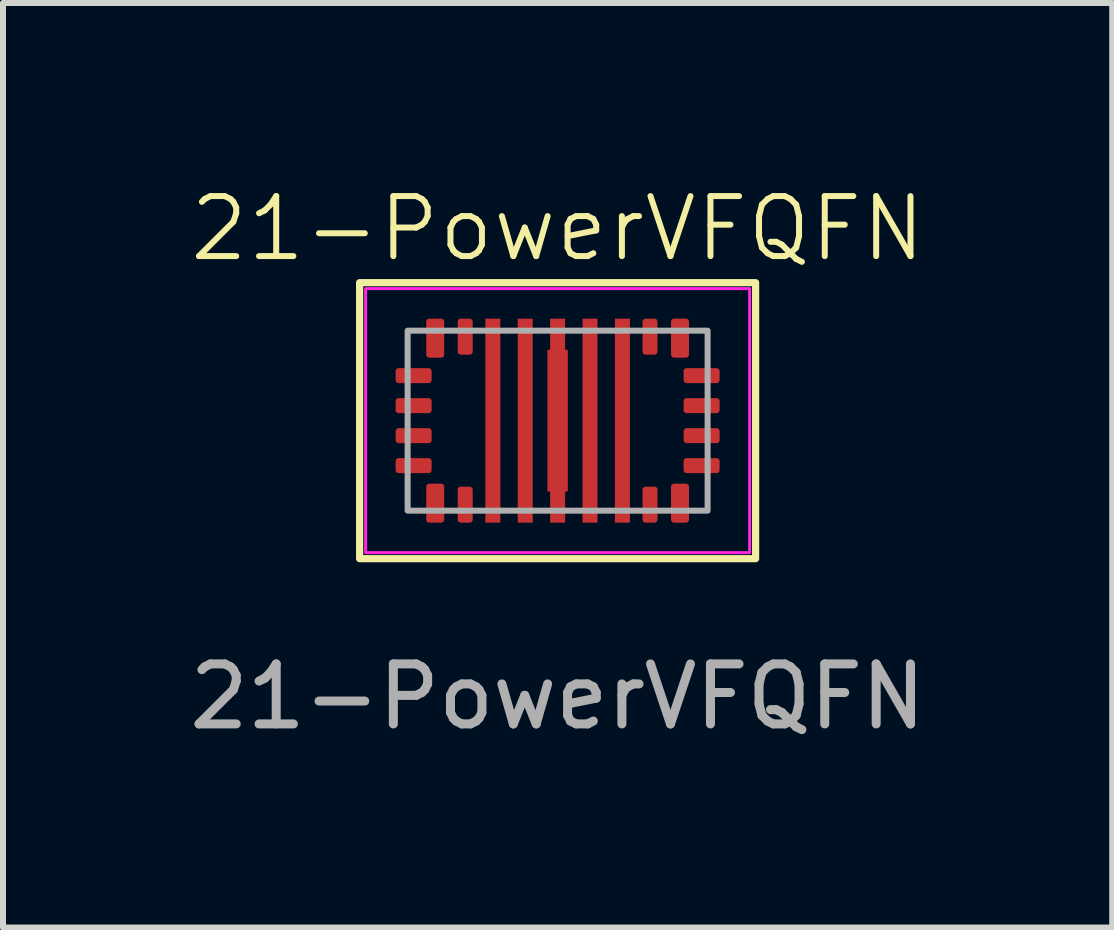
<source format=kicad_pcb>
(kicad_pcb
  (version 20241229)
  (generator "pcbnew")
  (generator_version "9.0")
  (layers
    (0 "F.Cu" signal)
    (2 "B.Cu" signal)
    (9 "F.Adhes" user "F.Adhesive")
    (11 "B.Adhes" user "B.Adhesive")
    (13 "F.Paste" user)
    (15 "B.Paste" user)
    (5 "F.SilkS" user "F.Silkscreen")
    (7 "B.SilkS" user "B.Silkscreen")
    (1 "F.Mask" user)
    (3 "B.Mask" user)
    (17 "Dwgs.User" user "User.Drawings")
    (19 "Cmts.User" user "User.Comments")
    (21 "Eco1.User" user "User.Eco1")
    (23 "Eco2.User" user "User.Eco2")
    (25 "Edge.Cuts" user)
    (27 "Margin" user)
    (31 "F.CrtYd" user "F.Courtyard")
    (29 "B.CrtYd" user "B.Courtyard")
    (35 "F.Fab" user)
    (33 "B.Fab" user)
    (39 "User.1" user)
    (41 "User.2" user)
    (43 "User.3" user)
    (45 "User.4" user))
  (footprint "21-PowerVFQFN"
    (layer "F.Cu")
    (at 6.244 3.961)
    (property "Reference" "21-PowerVFQFN" (at 0 -3.2 0) (unlocked yes) (layer "F.SilkS") (effects (font (size 1 1) (thickness 0.1))))
    (attr smd)
    (fp_rect (start -3.3 -2.3) (end 3.3 2.3) (stroke (width 0.12) (type default)) (fill no) (layer "F.SilkS"))
    (fp_rect (start -3.2 -2.2) (end 3.2 2.2) (stroke (width 0.05) (type default)) (fill no) (layer "F.CrtYd"))
    (fp_rect (start -2.5 -1.5) (end 2.5 1.5) (stroke (width 0.1) (type default)) (fill no) (layer "F.Fab"))
    (fp_text user "${REFERENCE}" (at 0 4.6 0) (unlocked yes) (layer "F.Fab") (effects (font (size 1 1) (thickness 0.15))))
    (pad "1" smd roundrect (at -2.4 0.75 180) (size 0.6 0.25) (layers "F.Cu" "F.Mask" "F.Paste") (roundrect_rratio 0.2))
    (pad "2" smd roundrect (at -2.4 0.25 180) (size 0.6 0.25) (layers "F.Cu" "F.Mask" "F.Paste") (roundrect_rratio 0.2))
    (pad "3" smd roundrect (at -2.4 -0.25 180) (size 0.6 0.25) (layers "F.Cu" "F.Mask" "F.Paste") (roundrect_rratio 0.2))
    (pad "4" smd roundrect (at -2.4 -0.75 180) (size 0.6 0.25) (layers "F.Cu" "F.Mask" "F.Paste") (roundrect_rratio 0.2))
    (pad "5" smd roundrect (at -2.04 -1.375 90) (size 0.65 0.3) (layers "F.Cu" "F.Mask" "F.Paste") (roundrect_rratio 0.167))
    (pad "6" smd roundrect (at -1.54 -1.4 90) (size 0.6 0.25) (layers "F.Cu" "F.Mask" "F.Paste") (roundrect_rratio 0.2))
    (pad "7" smd rect (at -1.08 0 270) (size 3.4 0.25) (layers "F.Cu" "F.Mask" "F.Paste"))
    (pad "8" smd rect (at -0.54 0 270) (size 3.4 0.25) (layers "F.Cu" "F.Mask" "F.Paste"))
    (pad "9" smd custom (at 0 0 270) (size 3.4 0.25) (layers "F.Cu" "F.Mask" "F.Paste") (options (anchor rect)) (primitives (gr_rect (start -1.175 -0.165) (end 1.175 0.165) (width 0.01) (fill yes))))
    (pad "10" smd rect (at 0.54 0 270) (size 3.4 0.25) (layers "F.Cu" "F.Mask" "F.Paste"))
    (pad "11" smd rect (at 1.08 0 270) (size 3.4 0.25) (layers "F.Cu" "F.Mask" "F.Paste"))
    (pad "12" smd roundrect (at 1.54 -1.4 90) (size 0.6 0.25) (layers "F.Cu" "F.Mask" "F.Paste") (roundrect_rratio 0.2))
    (pad "13" smd roundrect (at 2.04 -1.375 90) (size 0.65 0.3) (layers "F.Cu" "F.Mask" "F.Paste") (roundrect_rratio 0.167))
    (pad "14" smd roundrect (at 2.4 -0.75) (size 0.6 0.25) (layers "F.Cu" "F.Mask" "F.Paste") (roundrect_rratio 0.2))
    (pad "15" smd roundrect (at 2.4 -0.25) (size 0.6 0.25) (layers "F.Cu" "F.Mask" "F.Paste") (roundrect_rratio 0.2))
    (pad "16" smd roundrect (at 2.4 0.25) (size 0.6 0.25) (layers "F.Cu" "F.Mask" "F.Paste") (roundrect_rratio 0.2))
    (pad "17" smd roundrect (at 2.4 0.75) (size 0.6 0.25) (layers "F.Cu" "F.Mask" "F.Paste") (roundrect_rratio 0.2))
    (pad "18" smd roundrect (at 2.04 1.375 270) (size 0.65 0.3) (layers "F.Cu" "F.Mask" "F.Paste") (roundrect_rratio 0.167))
    (pad "19" smd roundrect (at 1.54 1.4 270) (size 0.6 0.25) (layers "F.Cu" "F.Mask" "F.Paste") (roundrect_rratio 0.2))
    (pad "20" smd roundrect (at -1.54 1.4 270) (size 0.6 0.25) (layers "F.Cu" "F.Mask" "F.Paste") (roundrect_rratio 0.2))
    (pad "21" smd roundrect (at -2.04 1.375 270) (size 0.65 0.3) (layers "F.Cu" "F.Mask" "F.Paste") (roundrect_rratio 0.167)))
  (gr_rect
    (start -3 -3)
    (end 15.488 12.409)
    (stroke (width 0.1) (type default))
    (fill no)
    (layer "Edge.Cuts")))
</source>
